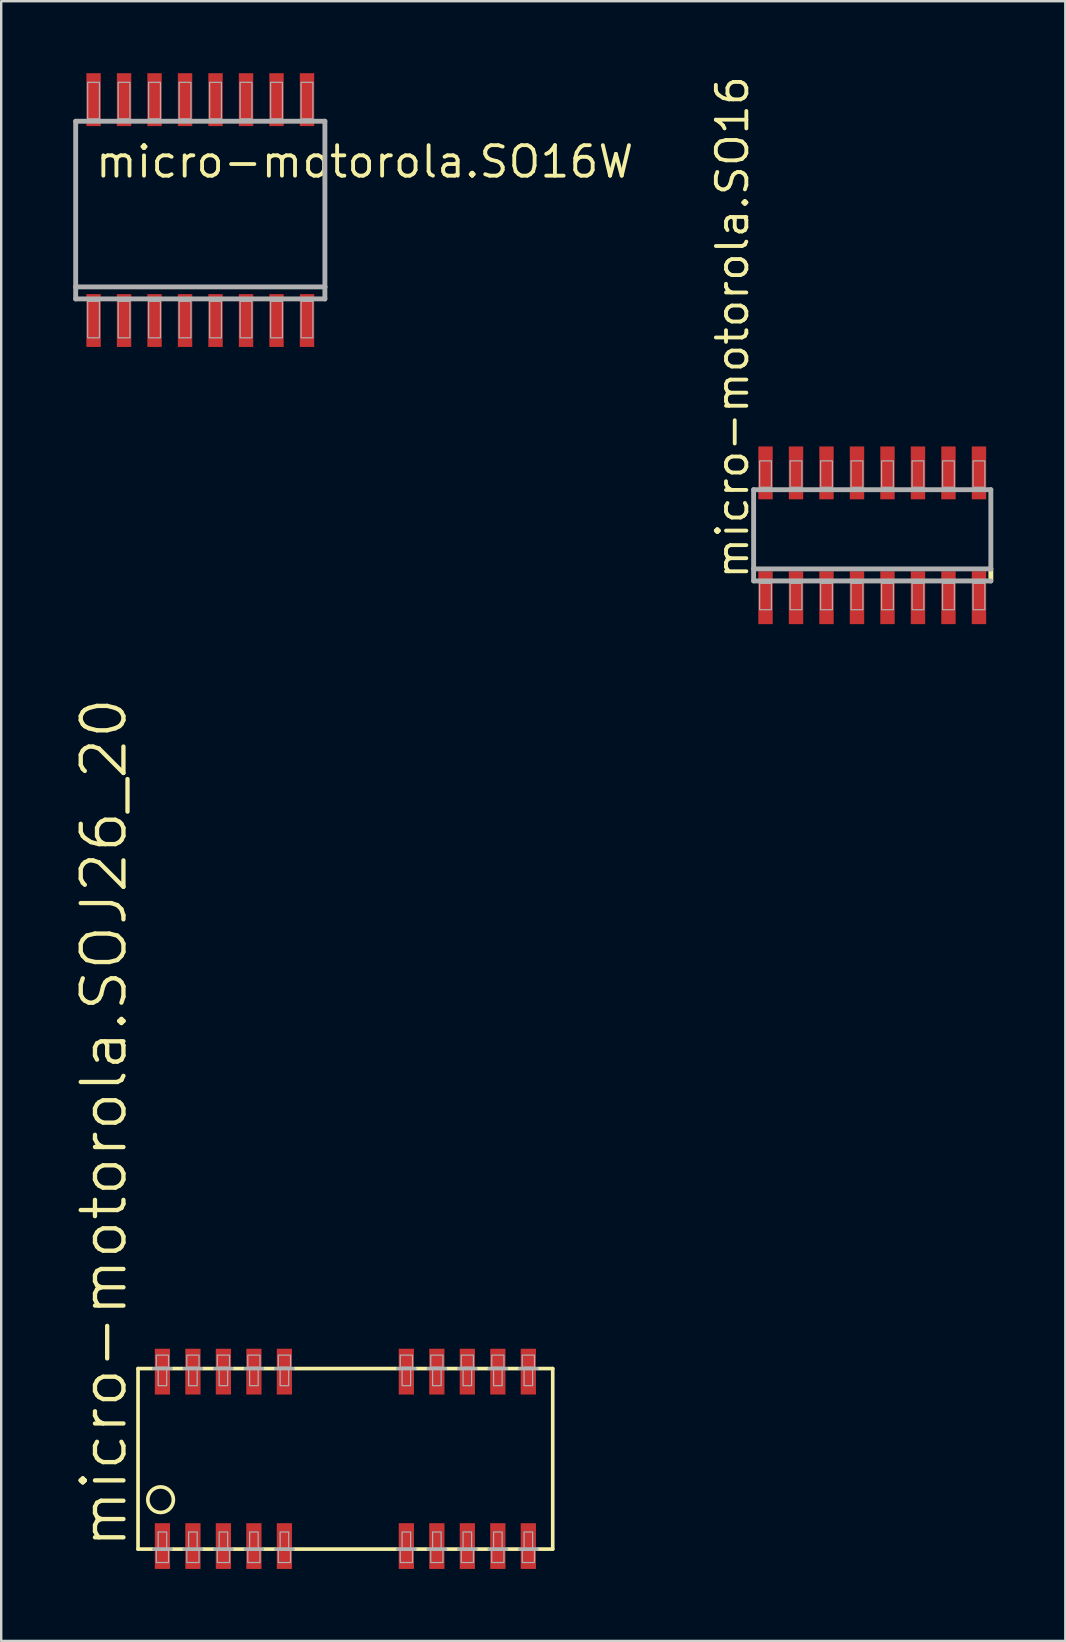
<source format=kicad_pcb>
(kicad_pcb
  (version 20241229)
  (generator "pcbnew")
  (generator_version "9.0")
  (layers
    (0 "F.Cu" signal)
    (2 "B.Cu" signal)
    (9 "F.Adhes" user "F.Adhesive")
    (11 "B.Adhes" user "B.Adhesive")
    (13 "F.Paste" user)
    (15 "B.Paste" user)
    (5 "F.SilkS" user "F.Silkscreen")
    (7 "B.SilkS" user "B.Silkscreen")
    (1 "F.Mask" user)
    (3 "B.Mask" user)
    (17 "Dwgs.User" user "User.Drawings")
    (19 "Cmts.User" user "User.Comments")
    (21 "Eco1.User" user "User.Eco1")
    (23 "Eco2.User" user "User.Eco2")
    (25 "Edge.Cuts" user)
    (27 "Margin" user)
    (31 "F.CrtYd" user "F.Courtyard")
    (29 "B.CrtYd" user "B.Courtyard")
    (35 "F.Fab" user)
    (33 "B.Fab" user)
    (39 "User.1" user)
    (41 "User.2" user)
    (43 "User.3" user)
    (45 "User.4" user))
  (footprint "micro-motorola.SO16W"
    (layer "F.Cu")
    (at 5.292 5.7)
    (property "Reference" "micro-motorola.SO16W" (at -4.445 -1.27 0) (layer "F.SilkS") (effects (font (size 1.27 1.27) (thickness 0.16)) (justify left bottom)))
    (attr smd)
    (fp_line (start -5.19 -3.7) (end 5.19 -3.7) (stroke (width 0.203) (type default)) (layer "F.Fab"))
    (fp_line (start -5.19 3.2) (end -5.19 -3.7) (stroke (width 0.203) (type default)) (layer "F.Fab"))
    (fp_line (start -5.19 3.7) (end -5.19 3.2) (stroke (width 0.203) (type default)) (layer "F.Fab"))
    (fp_line (start 5.19 -3.7) (end 5.19 3.2) (stroke (width 0.203) (type default)) (layer "F.Fab"))
    (fp_line (start 5.19 3.2) (end -5.19 3.2) (stroke (width 0.203) (type default)) (layer "F.Fab"))
    (fp_line (start 5.19 3.2) (end 5.19 3.7) (stroke (width 0.203) (type default)) (layer "F.Fab"))
    (fp_line (start 5.19 3.7) (end -5.19 3.7) (stroke (width 0.203) (type default)) (layer "F.Fab"))
    (fp_rect (start -4.69 -3.8) (end -4.2 -5.32) (stroke (width 0.05) (type default)) (fill no) (layer "F.Fab"))
    (fp_rect (start -4.69 5.32) (end -4.2 3.8) (stroke (width 0.05) (type default)) (fill no) (layer "F.Fab"))
    (fp_rect (start -3.42 -3.8) (end -2.93 -5.32) (stroke (width 0.05) (type default)) (fill no) (layer "F.Fab"))
    (fp_rect (start -3.42 5.32) (end -2.93 3.8) (stroke (width 0.05) (type default)) (fill no) (layer "F.Fab"))
    (fp_rect (start -2.15 -3.8) (end -1.66 -5.32) (stroke (width 0.05) (type default)) (fill no) (layer "F.Fab"))
    (fp_rect (start -2.15 5.32) (end -1.66 3.8) (stroke (width 0.05) (type default)) (fill no) (layer "F.Fab"))
    (fp_rect (start -0.88 -3.8) (end -0.39 -5.32) (stroke (width 0.05) (type default)) (fill no) (layer "F.Fab"))
    (fp_rect (start -0.88 5.32) (end -0.39 3.8) (stroke (width 0.05) (type default)) (fill no) (layer "F.Fab"))
    (fp_rect (start 0.39 -3.8) (end 0.88 -5.32) (stroke (width 0.05) (type default)) (fill no) (layer "F.Fab"))
    (fp_rect (start 0.39 5.32) (end 0.88 3.8) (stroke (width 0.05) (type default)) (fill no) (layer "F.Fab"))
    (fp_rect (start 1.66 -3.8) (end 2.15 -5.32) (stroke (width 0.05) (type default)) (fill no) (layer "F.Fab"))
    (fp_rect (start 1.66 5.32) (end 2.15 3.8) (stroke (width 0.05) (type default)) (fill no) (layer "F.Fab"))
    (fp_rect (start 2.93 -3.8) (end 3.42 -5.32) (stroke (width 0.05) (type default)) (fill no) (layer "F.Fab"))
    (fp_rect (start 2.93 5.32) (end 3.42 3.8) (stroke (width 0.05) (type default)) (fill no) (layer "F.Fab"))
    (fp_rect (start 4.2 -3.8) (end 4.69 -5.32) (stroke (width 0.05) (type default)) (fill no) (layer "F.Fab"))
    (fp_rect (start 4.2 5.32) (end 4.69 3.8) (stroke (width 0.05) (type default)) (fill no) (layer "F.Fab"))
    (pad "1" smd roundrect (at -4.445 4.6) (size 0.6 2.2) (layers "F.Cu" "F.Mask" "F.Paste") (roundrect_rratio 0.01))
    (pad "2" smd roundrect (at -3.175 4.6) (size 0.6 2.2) (layers "F.Cu" "F.Mask" "F.Paste") (roundrect_rratio 0.01))
    (pad "3" smd roundrect (at -1.905 4.6) (size 0.6 2.2) (layers "F.Cu" "F.Mask" "F.Paste") (roundrect_rratio 0.01))
    (pad "4" smd roundrect (at -0.635 4.6) (size 0.6 2.2) (layers "F.Cu" "F.Mask" "F.Paste") (roundrect_rratio 0.01))
    (pad "5" smd roundrect (at 0.635 4.6) (size 0.6 2.2) (layers "F.Cu" "F.Mask" "F.Paste") (roundrect_rratio 0.01))
    (pad "6" smd roundrect (at 1.905 4.6) (size 0.6 2.2) (layers "F.Cu" "F.Mask" "F.Paste") (roundrect_rratio 0.01))
    (pad "7" smd roundrect (at 3.175 4.6) (size 0.6 2.2) (layers "F.Cu" "F.Mask" "F.Paste") (roundrect_rratio 0.01))
    (pad "8" smd roundrect (at 4.445 4.6) (size 0.6 2.2) (layers "F.Cu" "F.Mask" "F.Paste") (roundrect_rratio 0.01))
    (pad "9" smd roundrect (at 4.445 -4.6) (size 0.6 2.2) (layers "F.Cu" "F.Mask" "F.Paste") (roundrect_rratio 0.01))
    (pad "10" smd roundrect (at 3.175 -4.6) (size 0.6 2.2) (layers "F.Cu" "F.Mask" "F.Paste") (roundrect_rratio 0.01))
    (pad "11" smd roundrect (at 1.905 -4.6) (size 0.6 2.2) (layers "F.Cu" "F.Mask" "F.Paste") (roundrect_rratio 0.01))
    (pad "12" smd roundrect (at 0.635 -4.6) (size 0.6 2.2) (layers "F.Cu" "F.Mask" "F.Paste") (roundrect_rratio 0.01))
    (pad "13" smd roundrect (at -0.635 -4.6) (size 0.6 2.2) (layers "F.Cu" "F.Mask" "F.Paste") (roundrect_rratio 0.01))
    (pad "14" smd roundrect (at -1.905 -4.6) (size 0.6 2.2) (layers "F.Cu" "F.Mask" "F.Paste") (roundrect_rratio 0.01))
    (pad "15" smd roundrect (at -3.175 -4.6) (size 0.6 2.2) (layers "F.Cu" "F.Mask" "F.Paste") (roundrect_rratio 0.01))
    (pad "16" smd roundrect (at -4.445 -4.6) (size 0.6 2.2) (layers "F.Cu" "F.Mask" "F.Paste") (roundrect_rratio 0.01)))
  (footprint "micro-motorola.SO16"
    (layer "F.Cu")
    (at 33.279 19.246)
    (property "Reference" "micro-motorola.SO16" (at -5.08 1.905 90) (layer "F.SilkS") (effects (font (size 1.27 1.27) (thickness 0.16)) (justify left bottom)))
    (attr smd)
    (fp_line (start 4.94 1.4) (end 4.94 1.9) (stroke (width 0.203) (type default)) (layer "F.SilkS"))
    (fp_line (start -4.94 -1.9) (end 4.94 -1.9) (stroke (width 0.203) (type default)) (layer "F.Fab"))
    (fp_line (start -4.94 1.4) (end -4.94 -1.9) (stroke (width 0.203) (type default)) (layer "F.Fab"))
    (fp_line (start -4.94 1.9) (end -4.94 1.4) (stroke (width 0.203) (type default)) (layer "F.Fab"))
    (fp_line (start 4.94 -1.9) (end 4.94 1.4) (stroke (width 0.203) (type default)) (layer "F.Fab"))
    (fp_line (start 4.94 1.4) (end -4.94 1.4) (stroke (width 0.203) (type default)) (layer "F.Fab"))
    (fp_line (start 4.94 1.9) (end -4.94 1.9) (stroke (width 0.203) (type default)) (layer "F.Fab"))
    (fp_rect (start -4.69 -2) (end -4.2 -3.1) (stroke (width 0.05) (type default)) (fill no) (layer "F.Fab"))
    (fp_rect (start -4.69 3.1) (end -4.2 2) (stroke (width 0.05) (type default)) (fill no) (layer "F.Fab"))
    (fp_rect (start -3.42 -2) (end -2.93 -3.1) (stroke (width 0.05) (type default)) (fill no) (layer "F.Fab"))
    (fp_rect (start -3.42 3.1) (end -2.93 2) (stroke (width 0.05) (type default)) (fill no) (layer "F.Fab"))
    (fp_rect (start -2.15 -2) (end -1.66 -3.1) (stroke (width 0.05) (type default)) (fill no) (layer "F.Fab"))
    (fp_rect (start -2.15 3.1) (end -1.66 2) (stroke (width 0.05) (type default)) (fill no) (layer "F.Fab"))
    (fp_rect (start -0.88 -2) (end -0.39 -3.1) (stroke (width 0.05) (type default)) (fill no) (layer "F.Fab"))
    (fp_rect (start -0.88 3.1) (end -0.39 2) (stroke (width 0.05) (type default)) (fill no) (layer "F.Fab"))
    (fp_rect (start 0.39 -2) (end 0.88 -3.1) (stroke (width 0.05) (type default)) (fill no) (layer "F.Fab"))
    (fp_rect (start 0.39 3.1) (end 0.88 2) (stroke (width 0.05) (type default)) (fill no) (layer "F.Fab"))
    (fp_rect (start 1.66 -2) (end 2.15 -3.1) (stroke (width 0.05) (type default)) (fill no) (layer "F.Fab"))
    (fp_rect (start 1.66 3.1) (end 2.15 2) (stroke (width 0.05) (type default)) (fill no) (layer "F.Fab"))
    (fp_rect (start 2.93 -2) (end 3.42 -3.1) (stroke (width 0.05) (type default)) (fill no) (layer "F.Fab"))
    (fp_rect (start 2.93 3.1) (end 3.42 2) (stroke (width 0.05) (type default)) (fill no) (layer "F.Fab"))
    (fp_rect (start 4.2 -2) (end 4.69 -3.1) (stroke (width 0.05) (type default)) (fill no) (layer "F.Fab"))
    (fp_rect (start 4.2 3.1) (end 4.69 2) (stroke (width 0.05) (type default)) (fill no) (layer "F.Fab"))
    (pad "1" smd roundrect (at -4.445 2.6) (size 0.6 2.2) (layers "F.Cu" "F.Mask" "F.Paste") (roundrect_rratio 0.01))
    (pad "2" smd roundrect (at -3.175 2.6) (size 0.6 2.2) (layers "F.Cu" "F.Mask" "F.Paste") (roundrect_rratio 0.01))
    (pad "3" smd roundrect (at -1.905 2.6) (size 0.6 2.2) (layers "F.Cu" "F.Mask" "F.Paste") (roundrect_rratio 0.01))
    (pad "4" smd roundrect (at -0.635 2.6) (size 0.6 2.2) (layers "F.Cu" "F.Mask" "F.Paste") (roundrect_rratio 0.01))
    (pad "5" smd roundrect (at 0.635 2.6) (size 0.6 2.2) (layers "F.Cu" "F.Mask" "F.Paste") (roundrect_rratio 0.01))
    (pad "6" smd roundrect (at 1.905 2.6) (size 0.6 2.2) (layers "F.Cu" "F.Mask" "F.Paste") (roundrect_rratio 0.01))
    (pad "7" smd roundrect (at 3.175 2.6) (size 0.6 2.2) (layers "F.Cu" "F.Mask" "F.Paste") (roundrect_rratio 0.01))
    (pad "8" smd roundrect (at 4.445 2.6) (size 0.6 2.2) (layers "F.Cu" "F.Mask" "F.Paste") (roundrect_rratio 0.01))
    (pad "9" smd roundrect (at 4.445 -2.6) (size 0.6 2.2) (layers "F.Cu" "F.Mask" "F.Paste") (roundrect_rratio 0.01))
    (pad "10" smd roundrect (at 3.175 -2.6) (size 0.6 2.2) (layers "F.Cu" "F.Mask" "F.Paste") (roundrect_rratio 0.01))
    (pad "11" smd roundrect (at 1.905 -2.6) (size 0.6 2.2) (layers "F.Cu" "F.Mask" "F.Paste") (roundrect_rratio 0.01))
    (pad "12" smd roundrect (at 0.635 -2.6) (size 0.6 2.2) (layers "F.Cu" "F.Mask" "F.Paste") (roundrect_rratio 0.01))
    (pad "13" smd roundrect (at -0.635 -2.6) (size 0.6 2.2) (layers "F.Cu" "F.Mask" "F.Paste") (roundrect_rratio 0.01))
    (pad "14" smd roundrect (at -1.905 -2.6) (size 0.6 2.2) (layers "F.Cu" "F.Mask" "F.Paste") (roundrect_rratio 0.01))
    (pad "15" smd roundrect (at -3.175 -2.6) (size 0.6 2.2) (layers "F.Cu" "F.Mask" "F.Paste") (roundrect_rratio 0.01))
    (pad "16" smd roundrect (at -4.445 -2.6) (size 0.6 2.2) (layers "F.Cu" "F.Mask" "F.Paste") (roundrect_rratio 0.01)))
  (footprint "micro-motorola.SOJ26_20"
    (layer "F.Cu")
    (at 11.335 57.711)
    (property "Reference" "micro-motorola.SOJ26_20" (at -9.017 3.81 90) (layer "F.SilkS") (effects (font (size 1.778 1.778) (thickness 0.18)) (justify left bottom)))
    (attr smd)
    (fp_line (start -8.636 -3.759) (end -8.636 3.759) (stroke (width 0.152) (type default)) (layer "F.SilkS"))
    (fp_line (start -8.636 -3.759) (end -8.026 -3.759) (stroke (width 0.152) (type default)) (layer "F.SilkS"))
    (fp_line (start -8.636 3.759) (end -8.026 3.759) (stroke (width 0.152) (type default)) (layer "F.SilkS"))
    (fp_line (start -7.214 -3.759) (end -6.756 -3.759) (stroke (width 0.152) (type default)) (layer "F.SilkS"))
    (fp_line (start -6.756 3.759) (end -7.214 3.759) (stroke (width 0.152) (type default)) (layer "F.SilkS"))
    (fp_line (start -5.944 -3.759) (end -5.486 -3.759) (stroke (width 0.152) (type default)) (layer "F.SilkS"))
    (fp_line (start -5.486 3.759) (end -5.944 3.759) (stroke (width 0.152) (type default)) (layer "F.SilkS"))
    (fp_line (start -4.674 -3.759) (end -4.216 -3.759) (stroke (width 0.152) (type default)) (layer "F.SilkS"))
    (fp_line (start -4.216 3.759) (end -4.674 3.759) (stroke (width 0.152) (type default)) (layer "F.SilkS"))
    (fp_line (start -3.404 -3.759) (end -2.946 -3.759) (stroke (width 0.152) (type default)) (layer "F.SilkS"))
    (fp_line (start -2.946 3.759) (end -3.404 3.759) (stroke (width 0.152) (type default)) (layer "F.SilkS"))
    (fp_line (start -2.134 -3.759) (end 2.134 -3.759) (stroke (width 0.152) (type default)) (layer "F.SilkS"))
    (fp_line (start 2.134 3.759) (end -2.134 3.759) (stroke (width 0.152) (type default)) (layer "F.SilkS"))
    (fp_line (start 2.946 -3.759) (end 3.404 -3.759) (stroke (width 0.152) (type default)) (layer "F.SilkS"))
    (fp_line (start 3.404 3.759) (end 2.946 3.759) (stroke (width 0.152) (type default)) (layer "F.SilkS"))
    (fp_line (start 4.216 -3.759) (end 4.674 -3.759) (stroke (width 0.152) (type default)) (layer "F.SilkS"))
    (fp_line (start 4.674 3.759) (end 4.216 3.759) (stroke (width 0.152) (type default)) (layer "F.SilkS"))
    (fp_line (start 5.486 -3.759) (end 5.944 -3.759) (stroke (width 0.152) (type default)) (layer "F.SilkS"))
    (fp_line (start 5.944 3.759) (end 5.486 3.759) (stroke (width 0.152) (type default)) (layer "F.SilkS"))
    (fp_line (start 6.756 -3.759) (end 7.214 -3.759) (stroke (width 0.152) (type default)) (layer "F.SilkS"))
    (fp_line (start 7.214 3.759) (end 6.756 3.759) (stroke (width 0.152) (type default)) (layer "F.SilkS"))
    (fp_line (start 8.636 -3.759) (end 8.026 -3.759) (stroke (width 0.152) (type default)) (layer "F.SilkS"))
    (fp_line (start 8.636 3.759) (end 8.026 3.759) (stroke (width 0.152) (type default)) (layer "F.SilkS"))
    (fp_line (start 8.636 3.759) (end 8.636 -3.759) (stroke (width 0.152) (type default)) (layer "F.SilkS"))
    (fp_circle (center -7.696 1.702) (end -7.163 1.702) (stroke (width 0.152) (type default)) (fill no) (layer "F.SilkS"))
    (fp_line (start -7.976 -3.759) (end -7.264 -3.759) (stroke (width 0.152) (type default)) (layer "F.Fab"))
    (fp_line (start -7.976 3.759) (end -7.264 3.759) (stroke (width 0.152) (type default)) (layer "F.Fab"))
    (fp_line (start -6.706 -3.759) (end -5.994 -3.759) (stroke (width 0.152) (type default)) (layer "F.Fab"))
    (fp_line (start -5.994 3.759) (end -6.706 3.759) (stroke (width 0.152) (type default)) (layer "F.Fab"))
    (fp_line (start -5.436 -3.759) (end -4.724 -3.759) (stroke (width 0.152) (type default)) (layer "F.Fab"))
    (fp_line (start -4.724 3.759) (end -5.436 3.759) (stroke (width 0.152) (type default)) (layer "F.Fab"))
    (fp_line (start -4.166 -3.759) (end -3.454 -3.759) (stroke (width 0.152) (type default)) (layer "F.Fab"))
    (fp_line (start -3.454 3.759) (end -4.166 3.759) (stroke (width 0.152) (type default)) (layer "F.Fab"))
    (fp_line (start -2.896 -3.759) (end -2.184 -3.759) (stroke (width 0.152) (type default)) (layer "F.Fab"))
    (fp_line (start -2.184 3.759) (end -2.896 3.759) (stroke (width 0.152) (type default)) (layer "F.Fab"))
    (fp_line (start 2.184 -3.759) (end 2.896 -3.759) (stroke (width 0.152) (type default)) (layer "F.Fab"))
    (fp_line (start 2.896 3.759) (end 2.184 3.759) (stroke (width 0.152) (type default)) (layer "F.Fab"))
    (fp_line (start 3.454 -3.759) (end 4.166 -3.759) (stroke (width 0.152) (type default)) (layer "F.Fab"))
    (fp_line (start 4.166 3.759) (end 3.454 3.759) (stroke (width 0.152) (type default)) (layer "F.Fab"))
    (fp_line (start 4.724 -3.759) (end 5.436 -3.759) (stroke (width 0.152) (type default)) (layer "F.Fab"))
    (fp_line (start 5.436 3.759) (end 4.724 3.759) (stroke (width 0.152) (type default)) (layer "F.Fab"))
    (fp_line (start 5.994 -3.759) (end 6.706 -3.759) (stroke (width 0.152) (type default)) (layer "F.Fab"))
    (fp_line (start 6.706 3.759) (end 5.994 3.759) (stroke (width 0.152) (type default)) (layer "F.Fab"))
    (fp_line (start 7.976 -3.759) (end 7.264 -3.759) (stroke (width 0.152) (type default)) (layer "F.Fab"))
    (fp_line (start 7.976 3.759) (end 7.264 3.759) (stroke (width 0.152) (type default)) (layer "F.Fab"))
    (fp_rect (start -7.874 -3.81) (end -7.366 -4.318) (stroke (width 0.05) (type default)) (fill no) (layer "F.Fab"))
    (fp_rect (start -7.874 4.318) (end -7.366 3.81) (stroke (width 0.05) (type default)) (fill no) (layer "F.Fab"))
    (fp_rect (start -7.798 -3.048) (end -7.442 -3.81) (stroke (width 0.05) (type default)) (fill no) (layer "F.Fab"))
    (fp_rect (start -7.798 3.81) (end -7.442 3.048) (stroke (width 0.05) (type default)) (fill no) (layer "F.Fab"))
    (fp_rect (start -6.604 -3.81) (end -6.096 -4.318) (stroke (width 0.05) (type default)) (fill no) (layer "F.Fab"))
    (fp_rect (start -6.604 4.318) (end -6.096 3.81) (stroke (width 0.05) (type default)) (fill no) (layer "F.Fab"))
    (fp_rect (start -6.528 -3.048) (end -6.172 -3.81) (stroke (width 0.05) (type default)) (fill no) (layer "F.Fab"))
    (fp_rect (start -6.528 3.81) (end -6.172 3.048) (stroke (width 0.05) (type default)) (fill no) (layer "F.Fab"))
    (fp_rect (start -5.334 -3.81) (end -4.826 -4.318) (stroke (width 0.05) (type default)) (fill no) (layer "F.Fab"))
    (fp_rect (start -5.334 4.318) (end -4.826 3.81) (stroke (width 0.05) (type default)) (fill no) (layer "F.Fab"))
    (fp_rect (start -5.258 -3.048) (end -4.902 -3.81) (stroke (width 0.05) (type default)) (fill no) (layer "F.Fab"))
    (fp_rect (start -5.258 3.81) (end -4.902 3.048) (stroke (width 0.05) (type default)) (fill no) (layer "F.Fab"))
    (fp_rect (start -4.064 -3.81) (end -3.556 -4.318) (stroke (width 0.05) (type default)) (fill no) (layer "F.Fab"))
    (fp_rect (start -4.064 4.318) (end -3.556 3.81) (stroke (width 0.05) (type default)) (fill no) (layer "F.Fab"))
    (fp_rect (start -3.988 -3.048) (end -3.632 -3.81) (stroke (width 0.05) (type default)) (fill no) (layer "F.Fab"))
    (fp_rect (start -3.988 3.81) (end -3.632 3.048) (stroke (width 0.05) (type default)) (fill no) (layer "F.Fab"))
    (fp_rect (start -2.794 -3.81) (end -2.286 -4.318) (stroke (width 0.05) (type default)) (fill no) (layer "F.Fab"))
    (fp_rect (start -2.794 4.318) (end -2.286 3.81) (stroke (width 0.05) (type default)) (fill no) (layer "F.Fab"))
    (fp_rect (start -2.718 -3.048) (end -2.362 -3.81) (stroke (width 0.05) (type default)) (fill no) (layer "F.Fab"))
    (fp_rect (start -2.718 3.81) (end -2.362 3.048) (stroke (width 0.05) (type default)) (fill no) (layer "F.Fab"))
    (fp_rect (start 2.286 -3.81) (end 2.794 -4.318) (stroke (width 0.05) (type default)) (fill no) (layer "F.Fab"))
    (fp_rect (start 2.286 4.318) (end 2.794 3.81) (stroke (width 0.05) (type default)) (fill no) (layer "F.Fab"))
    (fp_rect (start 2.362 -3.048) (end 2.718 -3.81) (stroke (width 0.05) (type default)) (fill no) (layer "F.Fab"))
    (fp_rect (start 2.362 3.81) (end 2.718 3.048) (stroke (width 0.05) (type default)) (fill no) (layer "F.Fab"))
    (fp_rect (start 3.556 -3.81) (end 4.064 -4.318) (stroke (width 0.05) (type default)) (fill no) (layer "F.Fab"))
    (fp_rect (start 3.556 4.318) (end 4.064 3.81) (stroke (width 0.05) (type default)) (fill no) (layer "F.Fab"))
    (fp_rect (start 3.632 -3.048) (end 3.988 -3.81) (stroke (width 0.05) (type default)) (fill no) (layer "F.Fab"))
    (fp_rect (start 3.632 3.81) (end 3.988 3.048) (stroke (width 0.05) (type default)) (fill no) (layer "F.Fab"))
    (fp_rect (start 4.826 -3.81) (end 5.334 -4.318) (stroke (width 0.05) (type default)) (fill no) (layer "F.Fab"))
    (fp_rect (start 4.826 4.318) (end 5.334 3.81) (stroke (width 0.05) (type default)) (fill no) (layer "F.Fab"))
    (fp_rect (start 4.902 -3.048) (end 5.258 -3.81) (stroke (width 0.05) (type default)) (fill no) (layer "F.Fab"))
    (fp_rect (start 4.902 3.81) (end 5.258 3.048) (stroke (width 0.05) (type default)) (fill no) (layer "F.Fab"))
    (fp_rect (start 6.096 -3.81) (end 6.604 -4.318) (stroke (width 0.05) (type default)) (fill no) (layer "F.Fab"))
    (fp_rect (start 6.096 4.318) (end 6.604 3.81) (stroke (width 0.05) (type default)) (fill no) (layer "F.Fab"))
    (fp_rect (start 6.172 -3.048) (end 6.528 -3.81) (stroke (width 0.05) (type default)) (fill no) (layer "F.Fab"))
    (fp_rect (start 6.172 3.81) (end 6.528 3.048) (stroke (width 0.05) (type default)) (fill no) (layer "F.Fab"))
    (fp_rect (start 7.366 -3.81) (end 7.874 -4.318) (stroke (width 0.05) (type default)) (fill no) (layer "F.Fab"))
    (fp_rect (start 7.366 4.318) (end 7.874 3.81) (stroke (width 0.05) (type default)) (fill no) (layer "F.Fab"))
    (fp_rect (start 7.442 -3.048) (end 7.798 -3.81) (stroke (width 0.05) (type default)) (fill no) (layer "F.Fab"))
    (fp_rect (start 7.442 3.81) (end 7.798 3.048) (stroke (width 0.05) (type default)) (fill no) (layer "F.Fab"))
    (pad "1" smd roundrect (at -7.62 3.632) (size 0.635 1.905) (layers "F.Cu" "F.Mask" "F.Paste") (roundrect_rratio 0.01))
    (pad "2" smd roundrect (at -6.35 3.632) (size 0.635 1.905) (layers "F.Cu" "F.Mask" "F.Paste") (roundrect_rratio 0.01))
    (pad "3" smd roundrect (at -5.08 3.632) (size 0.635 1.905) (layers "F.Cu" "F.Mask" "F.Paste") (roundrect_rratio 0.01))
    (pad "4" smd roundrect (at -3.81 3.632) (size 0.635 1.905) (layers "F.Cu" "F.Mask" "F.Paste") (roundrect_rratio 0.01))
    (pad "5" smd roundrect (at -2.54 3.632) (size 0.635 1.905) (layers "F.Cu" "F.Mask" "F.Paste") (roundrect_rratio 0.01))
    (pad "9" smd roundrect (at 2.54 3.632) (size 0.635 1.905) (layers "F.Cu" "F.Mask" "F.Paste") (roundrect_rratio 0.01))
    (pad "10" smd roundrect (at 3.81 3.632) (size 0.635 1.905) (layers "F.Cu" "F.Mask" "F.Paste") (roundrect_rratio 0.01))
    (pad "11" smd roundrect (at 5.08 3.632) (size 0.635 1.905) (layers "F.Cu" "F.Mask" "F.Paste") (roundrect_rratio 0.01))
    (pad "12" smd roundrect (at 6.35 3.632) (size 0.635 1.905) (layers "F.Cu" "F.Mask" "F.Paste") (roundrect_rratio 0.01))
    (pad "13" smd roundrect (at 7.62 3.632) (size 0.635 1.905) (layers "F.Cu" "F.Mask" "F.Paste") (roundrect_rratio 0.01))
    (pad "14" smd roundrect (at 7.62 -3.632) (size 0.635 1.905) (layers "F.Cu" "F.Mask" "F.Paste") (roundrect_rratio 0.01))
    (pad "15" smd roundrect (at 6.35 -3.632) (size 0.635 1.905) (layers "F.Cu" "F.Mask" "F.Paste") (roundrect_rratio 0.01))
    (pad "16" smd roundrect (at 5.08 -3.632) (size 0.635 1.905) (layers "F.Cu" "F.Mask" "F.Paste") (roundrect_rratio 0.01))
    (pad "17" smd roundrect (at 3.81 -3.632) (size 0.635 1.905) (layers "F.Cu" "F.Mask" "F.Paste") (roundrect_rratio 0.01))
    (pad "18" smd roundrect (at 2.54 -3.632) (size 0.635 1.905) (layers "F.Cu" "F.Mask" "F.Paste") (roundrect_rratio 0.01))
    (pad "22" smd roundrect (at -2.54 -3.632) (size 0.635 1.905) (layers "F.Cu" "F.Mask" "F.Paste") (roundrect_rratio 0.01))
    (pad "23" smd roundrect (at -3.81 -3.632) (size 0.635 1.905) (layers "F.Cu" "F.Mask" "F.Paste") (roundrect_rratio 0.01))
    (pad "24" smd roundrect (at -5.08 -3.632) (size 0.635 1.905) (layers "F.Cu" "F.Mask" "F.Paste") (roundrect_rratio 0.01))
    (pad "25" smd roundrect (at -6.35 -3.632) (size 0.635 1.905) (layers "F.Cu" "F.Mask" "F.Paste") (roundrect_rratio 0.01))
    (pad "26" smd roundrect (at -7.62 -3.632) (size 0.635 1.905) (layers "F.Cu" "F.Mask" "F.Paste") (roundrect_rratio 0.01)))
  (gr_rect
    (start -3 -3)
    (end 41.32 65.296)
    (stroke (width 0.1) (type default))
    (fill no)
    (layer "Edge.Cuts")))
</source>
